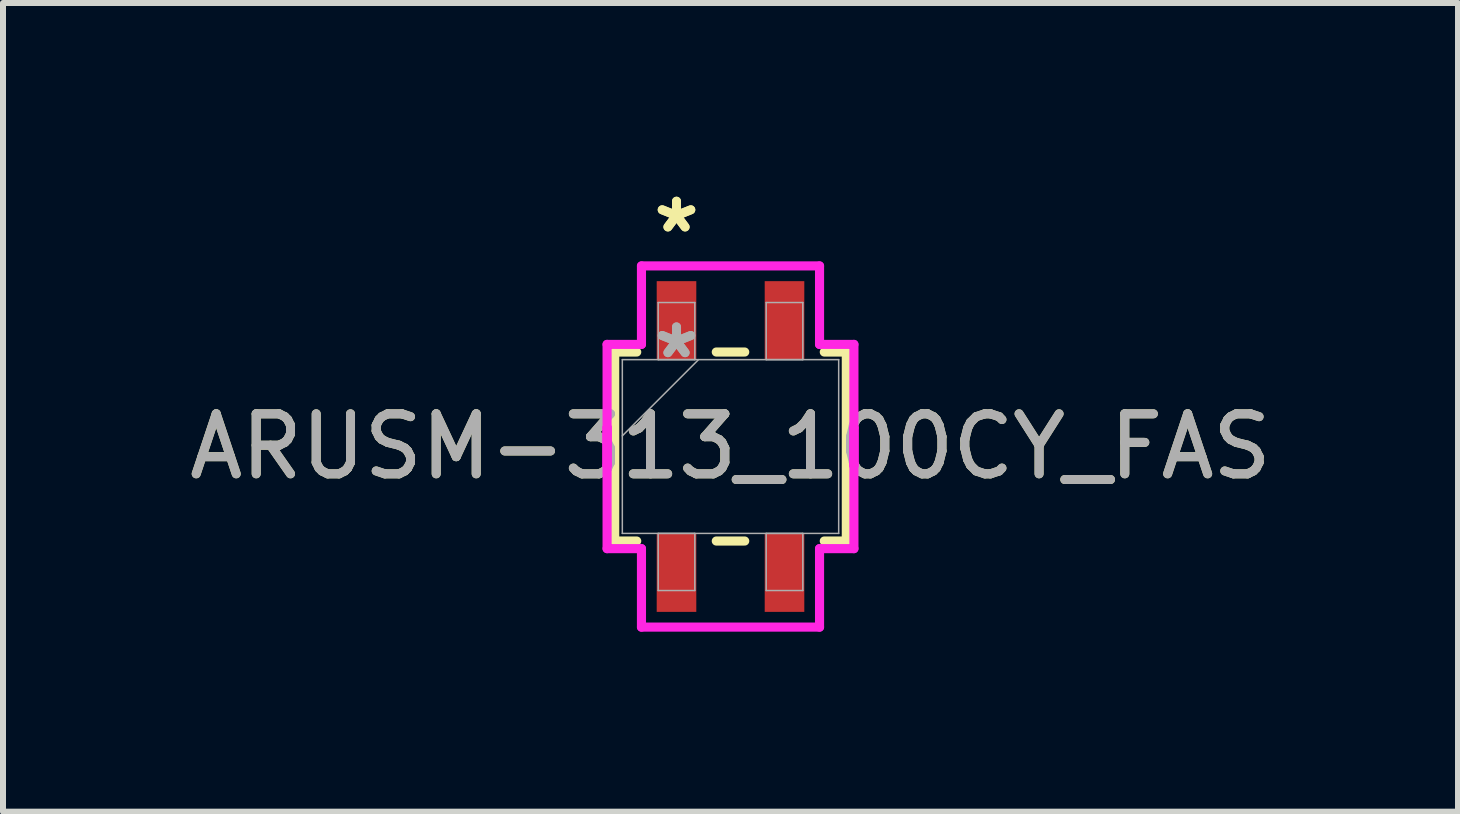
<source format=kicad_pcb>
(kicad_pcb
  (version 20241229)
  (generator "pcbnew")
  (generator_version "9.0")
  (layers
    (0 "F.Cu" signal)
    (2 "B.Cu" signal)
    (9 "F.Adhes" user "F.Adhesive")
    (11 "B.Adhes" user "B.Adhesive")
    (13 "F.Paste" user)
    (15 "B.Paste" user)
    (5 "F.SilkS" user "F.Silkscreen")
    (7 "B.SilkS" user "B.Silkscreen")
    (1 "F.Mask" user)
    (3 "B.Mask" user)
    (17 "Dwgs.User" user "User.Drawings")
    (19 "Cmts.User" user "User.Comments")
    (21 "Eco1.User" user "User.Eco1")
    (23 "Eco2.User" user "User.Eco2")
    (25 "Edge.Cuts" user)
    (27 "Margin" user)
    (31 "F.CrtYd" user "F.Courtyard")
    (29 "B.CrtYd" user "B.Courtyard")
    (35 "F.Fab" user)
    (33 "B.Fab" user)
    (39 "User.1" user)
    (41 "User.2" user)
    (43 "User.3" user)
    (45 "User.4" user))
  (footprint "ARUSM-313_100CY_FAS"
    (layer "F.Cu")
    (at 9.125 4.392)
    (property "Reference" "ARUSM-313_100CY_FAS" (at 0 0 0) (unlocked yes) (layer "F.SilkS") (effects (font (size 1 1) (thickness 0.15))))
    (attr smd)
    (fp_line (start -1.93 -1.575) (end -1.93 1.575) (stroke (width 0.152) (type solid)) (layer "F.SilkS"))
    (fp_line (start -1.93 1.575) (end -1.563 1.575) (stroke (width 0.152) (type solid)) (layer "F.SilkS"))
    (fp_line (start -1.563 -1.575) (end -1.93 -1.575) (stroke (width 0.152) (type solid)) (layer "F.SilkS"))
    (fp_line (start -0.237 1.575) (end 0.237 1.575) (stroke (width 0.152) (type solid)) (layer "F.SilkS"))
    (fp_line (start 0.237 -1.575) (end -0.237 -1.575) (stroke (width 0.152) (type solid)) (layer "F.SilkS"))
    (fp_line (start 1.563 1.575) (end 1.93 1.575) (stroke (width 0.152) (type solid)) (layer "F.SilkS"))
    (fp_line (start 1.93 -1.575) (end 1.563 -1.575) (stroke (width 0.152) (type solid)) (layer "F.SilkS"))
    (fp_line (start 1.93 1.575) (end 1.93 -1.575) (stroke (width 0.152) (type solid)) (layer "F.SilkS"))
    (fp_line (start -2.057 -1.702) (end -1.484 -1.702) (stroke (width 0.152) (type solid)) (layer "F.CrtYd"))
    (fp_line (start -2.057 -0.316) (end -2.057 -0.316) (stroke (width 0.152) (type solid)) (layer "F.CrtYd"))
    (fp_line (start -2.057 -0.316) (end -2.057 0.316) (stroke (width 0.152) (type solid)) (layer "F.CrtYd"))
    (fp_line (start -2.057 0.316) (end -2.057 -1.702) (stroke (width 0.152) (type solid)) (layer "F.CrtYd"))
    (fp_line (start -2.057 0.316) (end -2.057 0.316) (stroke (width 0.152) (type solid)) (layer "F.CrtYd"))
    (fp_line (start -2.057 1.702) (end -2.057 -0.316) (stroke (width 0.152) (type solid)) (layer "F.CrtYd"))
    (fp_line (start -2.057 1.702) (end -1.484 1.702) (stroke (width 0.152) (type solid)) (layer "F.CrtYd"))
    (fp_line (start -1.484 -3.01) (end 1.484 -3.01) (stroke (width 0.152) (type solid)) (layer "F.CrtYd"))
    (fp_line (start -1.484 -1.702) (end -1.484 -3.01) (stroke (width 0.152) (type solid)) (layer "F.CrtYd"))
    (fp_line (start -1.484 1.702) (end -1.484 3.01) (stroke (width 0.152) (type solid)) (layer "F.CrtYd"))
    (fp_line (start -1.484 3.01) (end 1.484 3.01) (stroke (width 0.152) (type solid)) (layer "F.CrtYd"))
    (fp_line (start 1.484 -3.01) (end 1.484 -1.702) (stroke (width 0.152) (type solid)) (layer "F.CrtYd"))
    (fp_line (start 1.484 -1.702) (end 2.057 -1.702) (stroke (width 0.152) (type solid)) (layer "F.CrtYd"))
    (fp_line (start 1.484 1.702) (end 2.057 1.702) (stroke (width 0.152) (type solid)) (layer "F.CrtYd"))
    (fp_line (start 1.484 3.01) (end 1.484 1.702) (stroke (width 0.152) (type solid)) (layer "F.CrtYd"))
    (fp_line (start 2.057 -0.316) (end 2.057 -0.316) (stroke (width 0.152) (type solid)) (layer "F.CrtYd"))
    (fp_line (start 2.057 -0.316) (end 2.057 0.316) (stroke (width 0.152) (type solid)) (layer "F.CrtYd"))
    (fp_line (start 2.057 0.316) (end 2.057 -1.702) (stroke (width 0.152) (type solid)) (layer "F.CrtYd"))
    (fp_line (start 2.057 0.316) (end 2.057 0.316) (stroke (width 0.152) (type solid)) (layer "F.CrtYd"))
    (fp_line (start 2.057 1.702) (end 2.057 -0.316) (stroke (width 0.152) (type solid)) (layer "F.CrtYd"))
    (fp_line (start -1.803 -1.448) (end -1.803 1.448) (stroke (width 0.025) (type solid)) (layer "F.Fab"))
    (fp_line (start -1.803 -0.178) (end -0.533 -1.448) (stroke (width 0.025) (type solid)) (layer "F.Fab"))
    (fp_line (start -1.803 1.448) (end 1.803 1.448) (stroke (width 0.025) (type solid)) (layer "F.Fab"))
    (fp_line (start -1.205 -2.4) (end -1.205 -1.448) (stroke (width 0.025) (type solid)) (layer "F.Fab"))
    (fp_line (start -1.205 -1.448) (end -0.595 -1.448) (stroke (width 0.025) (type solid)) (layer "F.Fab"))
    (fp_line (start -1.205 1.448) (end -1.205 2.4) (stroke (width 0.025) (type solid)) (layer "F.Fab"))
    (fp_line (start -1.205 2.4) (end -0.595 2.4) (stroke (width 0.025) (type solid)) (layer "F.Fab"))
    (fp_line (start -0.595 -2.4) (end -1.205 -2.4) (stroke (width 0.025) (type solid)) (layer "F.Fab"))
    (fp_line (start -0.595 -1.448) (end -0.595 -2.4) (stroke (width 0.025) (type solid)) (layer "F.Fab"))
    (fp_line (start -0.595 1.448) (end -1.205 1.448) (stroke (width 0.025) (type solid)) (layer "F.Fab"))
    (fp_line (start -0.595 2.4) (end -0.595 1.448) (stroke (width 0.025) (type solid)) (layer "F.Fab"))
    (fp_line (start 0.595 -2.4) (end 0.595 -1.448) (stroke (width 0.025) (type solid)) (layer "F.Fab"))
    (fp_line (start 0.595 -1.448) (end 1.205 -1.448) (stroke (width 0.025) (type solid)) (layer "F.Fab"))
    (fp_line (start 0.595 1.448) (end 0.595 2.4) (stroke (width 0.025) (type solid)) (layer "F.Fab"))
    (fp_line (start 0.595 2.4) (end 1.205 2.4) (stroke (width 0.025) (type solid)) (layer "F.Fab"))
    (fp_line (start 1.205 -2.4) (end 0.595 -2.4) (stroke (width 0.025) (type solid)) (layer "F.Fab"))
    (fp_line (start 1.205 -1.448) (end 1.205 -2.4) (stroke (width 0.025) (type solid)) (layer "F.Fab"))
    (fp_line (start 1.205 1.448) (end 0.595 1.448) (stroke (width 0.025) (type solid)) (layer "F.Fab"))
    (fp_line (start 1.205 2.4) (end 1.205 1.448) (stroke (width 0.025) (type solid)) (layer "F.Fab"))
    (fp_line (start 1.803 -1.448) (end -1.803 -1.448) (stroke (width 0.025) (type solid)) (layer "F.Fab"))
    (fp_line (start 1.803 1.448) (end 1.803 -1.448) (stroke (width 0.025) (type solid)) (layer "F.Fab"))
    (fp_text user "*" (at -0.9 -3.543 0) (unlocked yes) (layer "F.SilkS") (effects (font (size 1 1) (thickness 0.15))))
    (fp_text user "*" (at -0.9 -3.543 0) (layer "F.SilkS") (effects (font (size 1 1) (thickness 0.15))))
    (fp_text user "*" (at -0.9 -1.448 0) (layer "F.Fab") (effects (font (size 1 1) (thickness 0.15))))
    (fp_text user "*" (at -0.9 -1.448 0) (unlocked yes) (layer "F.Fab") (effects (font (size 1 1) (thickness 0.15))))
    (fp_text user "${REFERENCE}" (at 0 0 0) (unlocked yes) (layer "F.Fab") (effects (font (size 1 1) (thickness 0.15))))
    (pad "1" smd rect (at -0.9 -2.102) (size 0.66 1.308) (layers "F.Cu" "F.Mask" "F.Paste"))
    (pad "2" smd rect (at -0.9 2.102) (size 0.66 1.308) (layers "F.Cu" "F.Mask" "F.Paste"))
    (pad "3" smd rect (at 0.9 2.102) (size 0.66 1.308) (layers "F.Cu" "F.Mask" "F.Paste"))
    (pad "4" smd rect (at 0.9 -2.102) (size 0.66 1.308) (layers "F.Cu" "F.Mask" "F.Paste")))
  (gr_rect
    (start -3 -3)
    (end 21.25 10.478)
    (stroke (width 0.1) (type default))
    (fill no)
    (layer "Edge.Cuts")))
</source>
